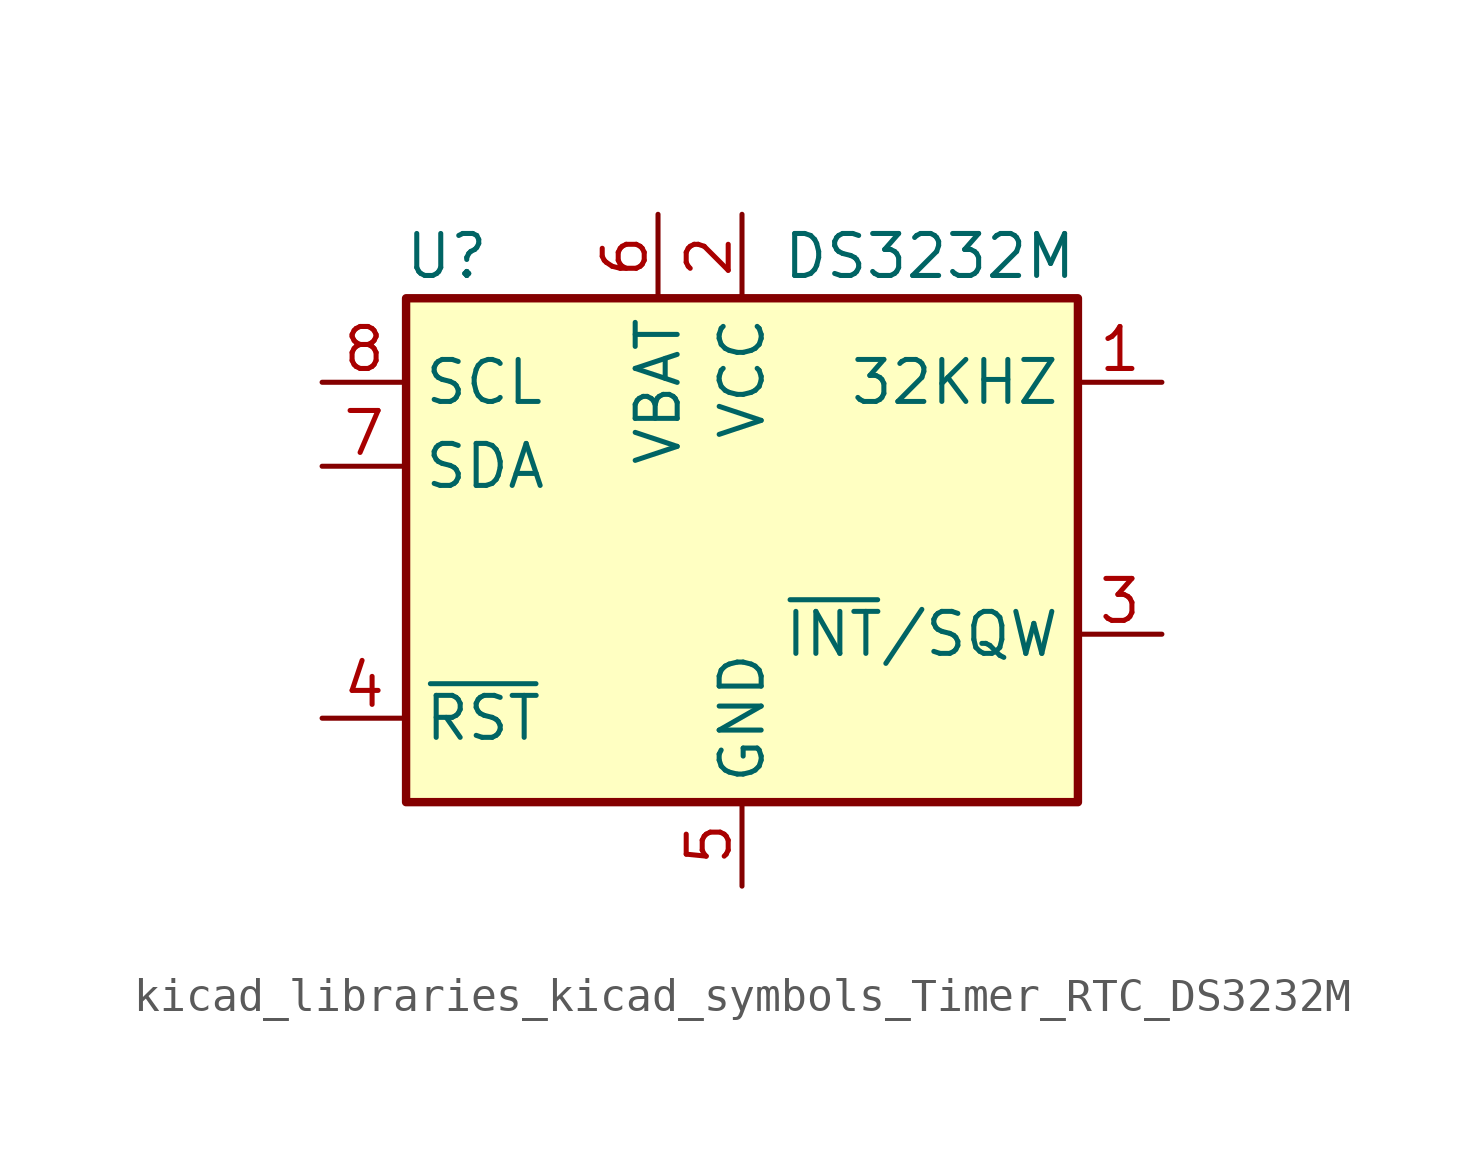
<source format=kicad_sym>
(kicad_symbol_lib
  (version 20220914)
  (generator kicad_symbol_editor)
  (symbol "kicad_libraries_kicad_symbols_Timer_RTC_DS3232M"
    (property "Reference" "U"
      (at -7.62 8.89 0)
      (effects (font (size 1.27 1.27)) (justify right)))
    (property "Value" "DS3232M"
      (at 10.16 8.89 0)
      (effects (font (size 1.27 1.27)) (justify right)))
    (symbol "kicad_libraries_kicad_symbols_Timer_RTC_DS3232M_0_1"
      (rectangle (start -10.16 7.62) (end 10.16 -7.62) (stroke (width 0.254) (type default)) (fill (type background))))
    (symbol "kicad_libraries_kicad_symbols_Timer_RTC_DS3232M_1_1"
      (pin output line (at 12.7 5.08 180) (length 2.54) (name "32KHZ" (effects (font (size 1.27 1.27)))) (number "1" (effects (font (size 1.27 1.27)))))
      (pin power_in line (at 0 10.16 270) (length 2.54) (name "VCC" (effects (font (size 1.27 1.27)))) (number "2" (effects (font (size 1.27 1.27)))))
      (pin open_collector line (at 12.7 -2.54 180) (length 2.54) (name "~{INT}/SQW" (effects (font (size 1.27 1.27)))) (number "3" (effects (font (size 1.27 1.27)))))
      (pin bidirectional line (at -12.7 -5.08 0) (length 2.54) (name "~{RST}" (effects (font (size 1.27 1.27)))) (number "4" (effects (font (size 1.27 1.27)))))
      (pin power_in line (at 0 -10.16 90) (length 2.54) (name "GND" (effects (font (size 1.27 1.27)))) (number "5" (effects (font (size 1.27 1.27)))))
      (pin power_in line (at -2.54 10.16 270) (length 2.54) (name "VBAT" (effects (font (size 1.27 1.27)))) (number "6" (effects (font (size 1.27 1.27)))))
      (pin bidirectional line (at -12.7 2.54 0) (length 2.54) (name "SDA" (effects (font (size 1.27 1.27)))) (number "7" (effects (font (size 1.27 1.27)))))
      (pin input line (at -12.7 5.08 0) (length 2.54) (name "SCL" (effects (font (size 1.27 1.27)))) (number "8" (effects (font (size 1.27 1.27))))))))
</source>
